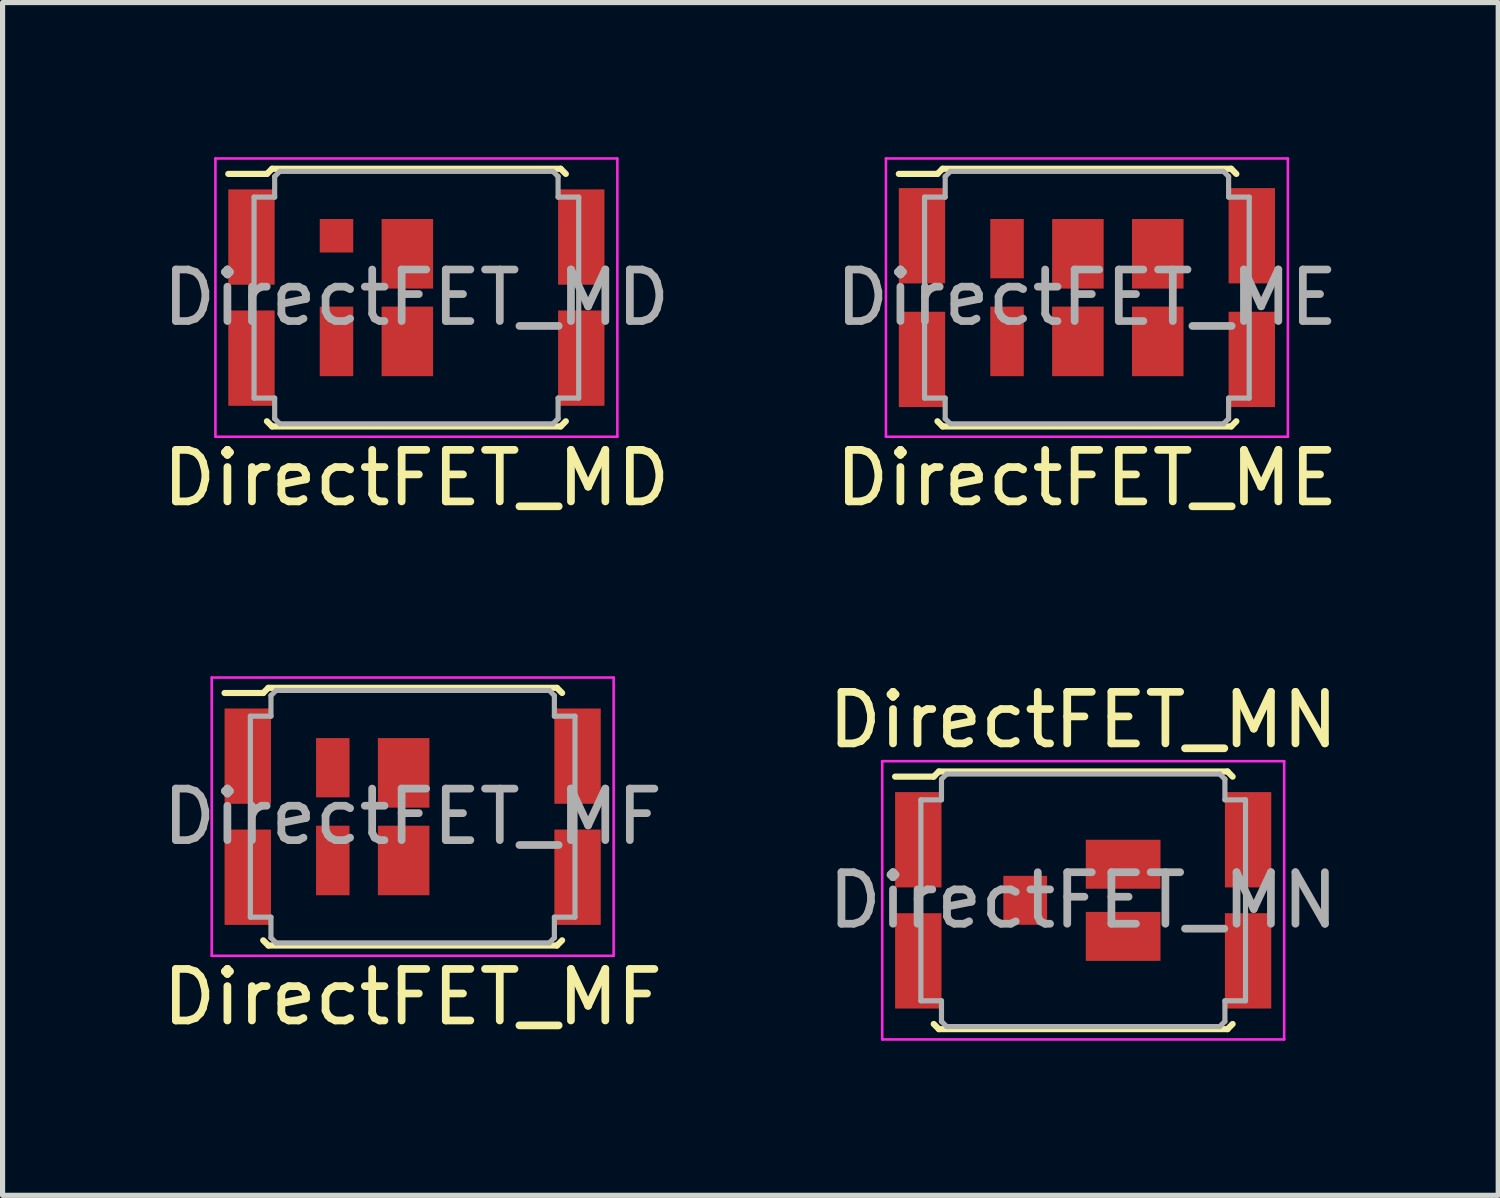
<source format=kicad_pcb>
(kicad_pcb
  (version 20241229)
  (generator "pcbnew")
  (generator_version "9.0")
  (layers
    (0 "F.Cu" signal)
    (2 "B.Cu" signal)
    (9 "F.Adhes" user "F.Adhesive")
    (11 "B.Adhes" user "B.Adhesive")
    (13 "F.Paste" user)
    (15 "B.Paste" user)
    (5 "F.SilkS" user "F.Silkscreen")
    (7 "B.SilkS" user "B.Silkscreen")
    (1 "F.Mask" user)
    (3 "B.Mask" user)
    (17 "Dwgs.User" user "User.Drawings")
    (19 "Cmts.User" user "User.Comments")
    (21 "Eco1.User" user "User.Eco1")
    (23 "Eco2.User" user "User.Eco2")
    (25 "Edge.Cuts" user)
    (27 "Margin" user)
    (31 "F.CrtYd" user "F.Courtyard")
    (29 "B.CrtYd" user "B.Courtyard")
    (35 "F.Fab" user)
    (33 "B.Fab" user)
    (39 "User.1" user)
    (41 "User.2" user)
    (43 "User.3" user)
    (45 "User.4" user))
  (footprint "DirectFET_ME"
    (layer "F.Cu")
    (at 18.042 2.725)
    (property "Reference" "DirectFET_ME" (at 0 3.5 0) (layer "F.SilkS") (effects (font (size 1 1) (thickness 0.15))))
    (attr smd)
    (fp_line (start -3.65 -2.4) (end -2.9 -2.4) (stroke (width 0.12) (type solid)) (layer "F.SilkS"))
    (fp_line (start -2.9 -2.4) (end -2.8 -2.5) (stroke (width 0.12) (type solid)) (layer "F.SilkS"))
    (fp_line (start -2.8 -2.5) (end 2.8 -2.5) (stroke (width 0.12) (type solid)) (layer "F.SilkS"))
    (fp_line (start -2.8 2.5) (end -2.9 2.4) (stroke (width 0.12) (type solid)) (layer "F.SilkS"))
    (fp_line (start 2.8 -2.5) (end 2.9 -2.4) (stroke (width 0.12) (type solid)) (layer "F.SilkS"))
    (fp_line (start 2.8 2.5) (end -2.8 2.5) (stroke (width 0.12) (type solid)) (layer "F.SilkS"))
    (fp_line (start 2.9 2.4) (end 2.8 2.5) (stroke (width 0.12) (type solid)) (layer "F.SilkS"))
    (fp_line (start -3.9 -2.7) (end -3.9 2.7) (stroke (width 0.05) (type solid)) (layer "F.CrtYd"))
    (fp_line (start -3.9 2.7) (end 3.9 2.7) (stroke (width 0.05) (type solid)) (layer "F.CrtYd"))
    (fp_line (start 3.9 -2.7) (end -3.9 -2.7) (stroke (width 0.05) (type solid)) (layer "F.CrtYd"))
    (fp_line (start 3.9 2.7) (end 3.9 -2.7) (stroke (width 0.05) (type solid)) (layer "F.CrtYd"))
    (fp_line (start -3.15 -1.95) (end -2.75 -1.95) (stroke (width 0.1) (type solid)) (layer "F.Fab"))
    (fp_line (start -3.15 1.95) (end -3.15 -1.95) (stroke (width 0.1) (type solid)) (layer "F.Fab"))
    (fp_line (start -3.15 1.95) (end -2.75 1.95) (stroke (width 0.1) (type solid)) (layer "F.Fab"))
    (fp_line (start -2.75 -2.35) (end -2.65 -2.45) (stroke (width 0.1) (type solid)) (layer "F.Fab"))
    (fp_line (start -2.75 -1.95) (end -2.75 -2.35) (stroke (width 0.1) (type solid)) (layer "F.Fab"))
    (fp_line (start -2.75 1.95) (end -2.75 2.35) (stroke (width 0.1) (type solid)) (layer "F.Fab"))
    (fp_line (start -2.75 2.35) (end -2.65 2.45) (stroke (width 0.1) (type solid)) (layer "F.Fab"))
    (fp_line (start -2.65 2.45) (end 2.65 2.45) (stroke (width 0.1) (type solid)) (layer "F.Fab"))
    (fp_line (start 2.65 -2.45) (end -2.65 -2.45) (stroke (width 0.1) (type solid)) (layer "F.Fab"))
    (fp_line (start 2.65 -2.45) (end 2.75 -2.35) (stroke (width 0.1) (type solid)) (layer "F.Fab"))
    (fp_line (start 2.75 -2.35) (end 2.75 -1.95) (stroke (width 0.1) (type solid)) (layer "F.Fab"))
    (fp_line (start 2.75 -1.95) (end 3.15 -1.95) (stroke (width 0.1) (type solid)) (layer "F.Fab"))
    (fp_line (start 2.75 1.95) (end 2.75 2.35) (stroke (width 0.1) (type solid)) (layer "F.Fab"))
    (fp_line (start 2.75 2.35) (end 2.65 2.45) (stroke (width 0.1) (type solid)) (layer "F.Fab"))
    (fp_line (start 3.15 -1.95) (end 3.15 1.95) (stroke (width 0.1) (type solid)) (layer "F.Fab"))
    (fp_line (start 3.15 1.95) (end 2.75 1.95) (stroke (width 0.1) (type solid)) (layer "F.Fab"))
    (fp_text user "${REFERENCE}" (at 0 0 0) (layer "F.Fab") (effects (font (size 1 1) (thickness 0.15))))
    (pad "1" smd rect (at -3.2 -1.2) (size 0.9 1.85) (layers "F.Cu" "F.Mask" "F.Paste"))
    (pad "1" smd rect (at -3.2 1.2) (size 0.9 1.85) (layers "F.Cu" "F.Mask" "F.Paste"))
    (pad "1" smd rect (at 3.2 -1.2) (size 0.9 1.85) (layers "F.Cu" "F.Mask" "F.Paste"))
    (pad "1" smd rect (at 3.2 1.2) (size 0.9 1.85) (layers "F.Cu" "F.Mask" "F.Paste"))
    (pad "2" smd rect (at -1.55 -0.95) (size 0.65 1.151) (layers "F.Cu" "F.Mask" "F.Paste"))
    (pad "3" smd rect (at -1.55 0.85) (size 0.65 1.35) (layers "F.Cu" "F.Mask" "F.Paste"))
    (pad "3" smd rect (at -0.175 -0.85) (size 1 1.35) (layers "F.Cu" "F.Mask" "F.Paste"))
    (pad "3" smd rect (at -0.175 0.85) (size 1 1.35) (layers "F.Cu" "F.Mask" "F.Paste"))
    (pad "3" smd rect (at 1.375 -0.85) (size 1 1.35) (layers "F.Cu" "F.Mask" "F.Paste"))
    (pad "3" smd rect (at 1.375 0.85) (size 1 1.35) (layers "F.Cu" "F.Mask" "F.Paste")))
  (footprint "DirectFET_MF"
    (layer "F.Cu")
    (at 4.958 12.798)
    (property "Reference" "DirectFET_MF" (at 0 3.5 0) (layer "F.SilkS") (effects (font (size 1 1) (thickness 0.15))))
    (attr smd)
    (fp_line (start -3.65 -2.4) (end -2.9 -2.4) (stroke (width 0.12) (type solid)) (layer "F.SilkS"))
    (fp_line (start -2.9 -2.4) (end -2.8 -2.5) (stroke (width 0.12) (type solid)) (layer "F.SilkS"))
    (fp_line (start -2.8 -2.5) (end 2.8 -2.5) (stroke (width 0.12) (type solid)) (layer "F.SilkS"))
    (fp_line (start -2.8 2.5) (end -2.9 2.4) (stroke (width 0.12) (type solid)) (layer "F.SilkS"))
    (fp_line (start 2.8 -2.5) (end 2.9 -2.4) (stroke (width 0.12) (type solid)) (layer "F.SilkS"))
    (fp_line (start 2.8 2.5) (end -2.8 2.5) (stroke (width 0.12) (type solid)) (layer "F.SilkS"))
    (fp_line (start 2.9 2.4) (end 2.8 2.5) (stroke (width 0.12) (type solid)) (layer "F.SilkS"))
    (fp_line (start -3.9 -2.7) (end -3.9 2.7) (stroke (width 0.05) (type solid)) (layer "F.CrtYd"))
    (fp_line (start -3.9 2.7) (end 3.9 2.7) (stroke (width 0.05) (type solid)) (layer "F.CrtYd"))
    (fp_line (start 3.9 -2.7) (end -3.9 -2.7) (stroke (width 0.05) (type solid)) (layer "F.CrtYd"))
    (fp_line (start 3.9 2.7) (end 3.9 -2.7) (stroke (width 0.05) (type solid)) (layer "F.CrtYd"))
    (fp_line (start -3.15 -1.95) (end -2.75 -1.95) (stroke (width 0.1) (type solid)) (layer "F.Fab"))
    (fp_line (start -3.15 1.95) (end -3.15 -1.95) (stroke (width 0.1) (type solid)) (layer "F.Fab"))
    (fp_line (start -3.15 1.95) (end -2.75 1.95) (stroke (width 0.1) (type solid)) (layer "F.Fab"))
    (fp_line (start -2.75 -2.35) (end -2.65 -2.45) (stroke (width 0.1) (type solid)) (layer "F.Fab"))
    (fp_line (start -2.75 -1.95) (end -2.75 -2.35) (stroke (width 0.1) (type solid)) (layer "F.Fab"))
    (fp_line (start -2.75 1.95) (end -2.75 2.35) (stroke (width 0.1) (type solid)) (layer "F.Fab"))
    (fp_line (start -2.75 2.35) (end -2.65 2.45) (stroke (width 0.1) (type solid)) (layer "F.Fab"))
    (fp_line (start -2.65 2.45) (end 2.65 2.45) (stroke (width 0.1) (type solid)) (layer "F.Fab"))
    (fp_line (start 2.65 -2.45) (end -2.65 -2.45) (stroke (width 0.1) (type solid)) (layer "F.Fab"))
    (fp_line (start 2.65 -2.45) (end 2.75 -2.35) (stroke (width 0.1) (type solid)) (layer "F.Fab"))
    (fp_line (start 2.75 -2.35) (end 2.75 -1.95) (stroke (width 0.1) (type solid)) (layer "F.Fab"))
    (fp_line (start 2.75 -1.95) (end 3.15 -1.95) (stroke (width 0.1) (type solid)) (layer "F.Fab"))
    (fp_line (start 2.75 1.95) (end 2.75 2.35) (stroke (width 0.1) (type solid)) (layer "F.Fab"))
    (fp_line (start 2.75 2.35) (end 2.65 2.45) (stroke (width 0.1) (type solid)) (layer "F.Fab"))
    (fp_line (start 3.15 -1.95) (end 3.15 1.95) (stroke (width 0.1) (type solid)) (layer "F.Fab"))
    (fp_line (start 3.15 1.95) (end 2.75 1.95) (stroke (width 0.1) (type solid)) (layer "F.Fab"))
    (fp_text user "${REFERENCE}" (at 0 0 0) (layer "F.Fab") (effects (font (size 1 1) (thickness 0.15))))
    (pad "1" smd rect (at -3.2 -1.175) (size 0.9 1.85) (layers "F.Cu" "F.Mask" "F.Paste"))
    (pad "1" smd rect (at -3.2 1.175) (size 0.9 1.85) (layers "F.Cu" "F.Mask" "F.Paste"))
    (pad "1" smd rect (at 3.2 -1.175) (size 0.9 1.85) (layers "F.Cu" "F.Mask" "F.Paste"))
    (pad "1" smd rect (at 3.2 1.175) (size 0.9 1.85) (layers "F.Cu" "F.Mask" "F.Paste"))
    (pad "2" smd rect (at -1.55 -0.95) (size 0.65 1.15) (layers "F.Cu" "F.Mask" "F.Paste"))
    (pad "3" smd rect (at -1.55 0.85) (size 0.65 1.35) (layers "F.Cu" "F.Mask" "F.Paste"))
    (pad "3" smd rect (at -0.175 -0.85) (size 1 1.35) (layers "F.Cu" "F.Mask" "F.Paste"))
    (pad "3" smd rect (at -0.175 0.85) (size 1 1.35) (layers "F.Cu" "F.Mask" "F.Paste")))
  (footprint "DirectFET_MD"
    (layer "F.Cu")
    (at 5.03 2.725)
    (property "Reference" "DirectFET_MD" (at 0 3.5 0) (layer "F.SilkS") (effects (font (size 1 1) (thickness 0.15))))
    (attr smd)
    (fp_line (start -3.65 -2.4) (end -2.9 -2.4) (stroke (width 0.12) (type solid)) (layer "F.SilkS"))
    (fp_line (start -2.9 -2.4) (end -2.8 -2.5) (stroke (width 0.12) (type solid)) (layer "F.SilkS"))
    (fp_line (start -2.8 -2.5) (end 2.8 -2.5) (stroke (width 0.12) (type solid)) (layer "F.SilkS"))
    (fp_line (start -2.8 2.5) (end -2.9 2.4) (stroke (width 0.12) (type solid)) (layer "F.SilkS"))
    (fp_line (start 2.8 -2.5) (end 2.9 -2.4) (stroke (width 0.12) (type solid)) (layer "F.SilkS"))
    (fp_line (start 2.8 2.5) (end -2.8 2.5) (stroke (width 0.12) (type solid)) (layer "F.SilkS"))
    (fp_line (start 2.9 2.4) (end 2.8 2.5) (stroke (width 0.12) (type solid)) (layer "F.SilkS"))
    (fp_line (start -3.9 -2.7) (end -3.9 2.7) (stroke (width 0.05) (type solid)) (layer "F.CrtYd"))
    (fp_line (start -3.9 2.7) (end 3.9 2.7) (stroke (width 0.05) (type solid)) (layer "F.CrtYd"))
    (fp_line (start 3.9 -2.7) (end -3.9 -2.7) (stroke (width 0.05) (type solid)) (layer "F.CrtYd"))
    (fp_line (start 3.9 2.7) (end 3.9 -2.7) (stroke (width 0.05) (type solid)) (layer "F.CrtYd"))
    (fp_line (start -3.15 -1.95) (end -2.75 -1.95) (stroke (width 0.1) (type solid)) (layer "F.Fab"))
    (fp_line (start -3.15 1.95) (end -3.15 -1.95) (stroke (width 0.1) (type solid)) (layer "F.Fab"))
    (fp_line (start -3.15 1.95) (end -2.75 1.95) (stroke (width 0.1) (type solid)) (layer "F.Fab"))
    (fp_line (start -2.75 -2.35) (end -2.65 -2.45) (stroke (width 0.1) (type solid)) (layer "F.Fab"))
    (fp_line (start -2.75 -1.95) (end -2.75 -2.35) (stroke (width 0.1) (type solid)) (layer "F.Fab"))
    (fp_line (start -2.75 1.95) (end -2.75 2.35) (stroke (width 0.1) (type solid)) (layer "F.Fab"))
    (fp_line (start -2.75 2.35) (end -2.65 2.45) (stroke (width 0.1) (type solid)) (layer "F.Fab"))
    (fp_line (start -2.65 2.45) (end 2.65 2.45) (stroke (width 0.1) (type solid)) (layer "F.Fab"))
    (fp_line (start 2.65 -2.45) (end -2.65 -2.45) (stroke (width 0.1) (type solid)) (layer "F.Fab"))
    (fp_line (start 2.65 -2.45) (end 2.75 -2.35) (stroke (width 0.1) (type solid)) (layer "F.Fab"))
    (fp_line (start 2.75 -2.35) (end 2.75 -1.95) (stroke (width 0.1) (type solid)) (layer "F.Fab"))
    (fp_line (start 2.75 -1.95) (end 3.15 -1.95) (stroke (width 0.1) (type solid)) (layer "F.Fab"))
    (fp_line (start 2.75 1.95) (end 2.75 2.35) (stroke (width 0.1) (type solid)) (layer "F.Fab"))
    (fp_line (start 2.75 2.35) (end 2.65 2.45) (stroke (width 0.1) (type solid)) (layer "F.Fab"))
    (fp_line (start 3.15 -1.95) (end 3.15 1.95) (stroke (width 0.1) (type solid)) (layer "F.Fab"))
    (fp_line (start 3.15 1.95) (end 2.75 1.95) (stroke (width 0.1) (type solid)) (layer "F.Fab"))
    (fp_text user "${REFERENCE}" (at 0 0 0) (layer "F.Fab") (effects (font (size 1 1) (thickness 0.15))))
    (pad "1" smd rect (at -3.2 -1.175) (size 0.9 1.85) (layers "F.Cu" "F.Mask" "F.Paste"))
    (pad "1" smd rect (at -3.2 1.175) (size 0.9 1.85) (layers "F.Cu" "F.Mask" "F.Paste"))
    (pad "1" smd rect (at 3.2 -1.175) (size 0.9 1.85) (layers "F.Cu" "F.Mask" "F.Paste"))
    (pad "1" smd rect (at 3.2 1.175) (size 0.9 1.85) (layers "F.Cu" "F.Mask" "F.Paste"))
    (pad "2" smd rect (at -1.55 -1.2) (size 0.65 0.65) (layers "F.Cu" "F.Mask" "F.Paste"))
    (pad "3" smd rect (at -1.55 0.85) (size 0.65 1.35) (layers "F.Cu" "F.Mask" "F.Paste"))
    (pad "3" smd rect (at -0.175 -0.85) (size 1 1.35) (layers "F.Cu" "F.Mask" "F.Paste"))
    (pad "3" smd rect (at -0.175 0.85) (size 1 1.35) (layers "F.Cu" "F.Mask" "F.Paste")))
  (footprint "DirectFET_MN"
    (layer "F.Cu")
    (at 17.97 14.421)
    (property "Reference" "DirectFET_MN" (at 0 -3.5 0) (layer "F.SilkS") (effects (font (size 1 1) (thickness 0.15))))
    (attr smd)
    (fp_line (start -3.65 -2.4) (end -2.9 -2.4) (stroke (width 0.12) (type solid)) (layer "F.SilkS"))
    (fp_line (start -2.9 -2.4) (end -2.8 -2.5) (stroke (width 0.12) (type solid)) (layer "F.SilkS"))
    (fp_line (start -2.8 -2.5) (end 2.8 -2.5) (stroke (width 0.12) (type solid)) (layer "F.SilkS"))
    (fp_line (start -2.8 2.5) (end -2.9 2.4) (stroke (width 0.12) (type solid)) (layer "F.SilkS"))
    (fp_line (start 2.8 -2.5) (end 2.9 -2.4) (stroke (width 0.12) (type solid)) (layer "F.SilkS"))
    (fp_line (start 2.8 2.5) (end -2.8 2.5) (stroke (width 0.12) (type solid)) (layer "F.SilkS"))
    (fp_line (start 2.9 2.4) (end 2.8 2.5) (stroke (width 0.12) (type solid)) (layer "F.SilkS"))
    (fp_line (start -3.9 -2.7) (end -3.9 2.7) (stroke (width 0.05) (type solid)) (layer "F.CrtYd"))
    (fp_line (start -3.9 2.7) (end 3.9 2.7) (stroke (width 0.05) (type solid)) (layer "F.CrtYd"))
    (fp_line (start 3.9 -2.7) (end -3.9 -2.7) (stroke (width 0.05) (type solid)) (layer "F.CrtYd"))
    (fp_line (start 3.9 2.7) (end 3.9 -2.7) (stroke (width 0.05) (type solid)) (layer "F.CrtYd"))
    (fp_line (start -3.15 -1.95) (end -2.75 -1.95) (stroke (width 0.1) (type solid)) (layer "F.Fab"))
    (fp_line (start -3.15 1.95) (end -3.15 -1.95) (stroke (width 0.1) (type solid)) (layer "F.Fab"))
    (fp_line (start -3.15 1.95) (end -2.75 1.95) (stroke (width 0.1) (type solid)) (layer "F.Fab"))
    (fp_line (start -2.75 -2.35) (end -2.65 -2.45) (stroke (width 0.1) (type solid)) (layer "F.Fab"))
    (fp_line (start -2.75 -1.95) (end -2.75 -2.35) (stroke (width 0.1) (type solid)) (layer "F.Fab"))
    (fp_line (start -2.75 1.95) (end -2.75 2.35) (stroke (width 0.1) (type solid)) (layer "F.Fab"))
    (fp_line (start -2.75 2.35) (end -2.65 2.45) (stroke (width 0.1) (type solid)) (layer "F.Fab"))
    (fp_line (start -2.65 2.45) (end 2.65 2.45) (stroke (width 0.1) (type solid)) (layer "F.Fab"))
    (fp_line (start 2.65 -2.45) (end -2.65 -2.45) (stroke (width 0.1) (type solid)) (layer "F.Fab"))
    (fp_line (start 2.65 -2.45) (end 2.75 -2.35) (stroke (width 0.1) (type solid)) (layer "F.Fab"))
    (fp_line (start 2.75 -2.35) (end 2.75 -1.95) (stroke (width 0.1) (type solid)) (layer "F.Fab"))
    (fp_line (start 2.75 -1.95) (end 3.15 -1.95) (stroke (width 0.1) (type solid)) (layer "F.Fab"))
    (fp_line (start 2.75 1.95) (end 2.75 2.35) (stroke (width 0.1) (type solid)) (layer "F.Fab"))
    (fp_line (start 2.75 2.35) (end 2.65 2.45) (stroke (width 0.1) (type solid)) (layer "F.Fab"))
    (fp_line (start 3.15 -1.95) (end 3.15 1.95) (stroke (width 0.1) (type solid)) (layer "F.Fab"))
    (fp_line (start 3.15 1.95) (end 2.75 1.95) (stroke (width 0.1) (type solid)) (layer "F.Fab"))
    (fp_text user "${REFERENCE}" (at 0 0 0) (layer "F.Fab") (effects (font (size 1 1) (thickness 0.15))))
    (pad "1" smd rect (at -3.2 -1.175) (size 0.9 1.85) (layers "F.Cu" "F.Mask" "F.Paste"))
    (pad "1" smd rect (at -3.2 1.175) (size 0.9 1.85) (layers "F.Cu" "F.Mask" "F.Paste"))
    (pad "1" smd rect (at 3.2 -1.175) (size 0.9 1.85) (layers "F.Cu" "F.Mask" "F.Paste"))
    (pad "1" smd rect (at 3.2 1.175) (size 0.9 1.85) (layers "F.Cu" "F.Mask" "F.Paste"))
    (pad "2" smd rect (at -1.125 0) (size 0.85 0.95) (layers "F.Cu" "F.Mask" "F.Paste"))
    (pad "3" smd rect (at 0.775 -0.7) (size 1.45 0.95) (layers "F.Cu" "F.Mask" "F.Paste"))
    (pad "3" smd rect (at 0.775 0.7) (size 1.45 0.95) (layers "F.Cu" "F.Mask" "F.Paste")))
  (gr_rect
    (start -3 -3)
    (end 26.024 20.146)
    (stroke (width 0.1) (type default))
    (fill no)
    (layer "Edge.Cuts")))
</source>
